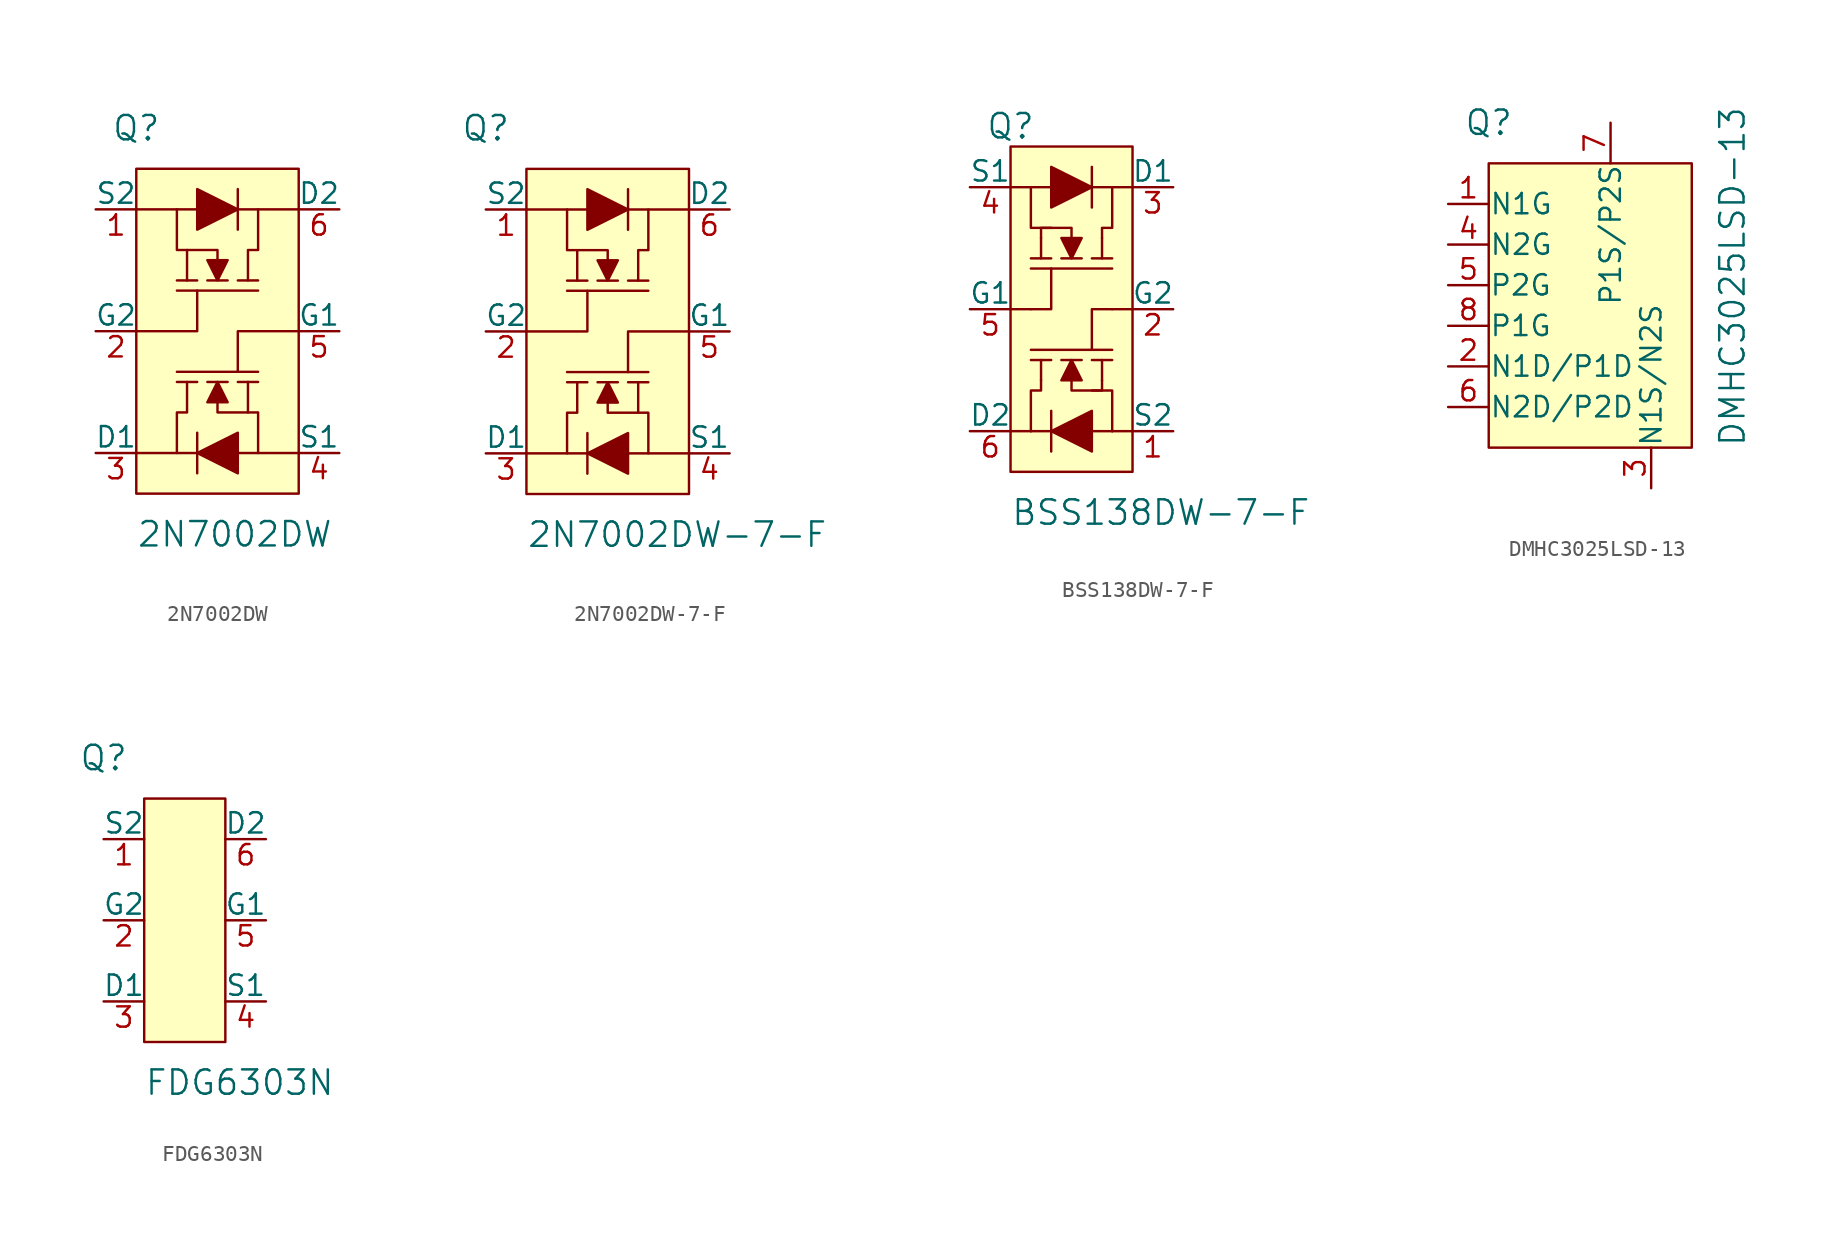
<source format=kicad_sym>
(kicad_symbol_lib
  (version 20231120)
  (generator "kicad_symbol_editor")
  (generator_version "8.0")
  (symbol "2N7002DW"
    (pin_names
      (offset 0))
    (property "Reference" "Q"
      (at -5.08 10.16 0)
      (effects (font (size 1.524 1.524))))
    (property "Value" "2N7002DW"
      (at -5.08 -15.24 0)
      (effects (font (size 1.524 1.524)) (justify left)))
    (symbol "2N7002DW_0_1"
      (rectangle (start -5.08 7.62) (end 5.08 -12.7) (stroke (width 0) (type default)) (fill (type background)))
      (polyline (pts (xy -2.54 -10.16) (xy -5.08 -10.16)) (stroke (width 0) (type default)) (fill (type none)))
      (polyline (pts (xy -2.54 -5.08) (xy 2.54 -5.08)) (stroke (width 0) (type default)) (fill (type none)))
      (polyline (pts (xy -2.54 5.08) (xy -5.08 5.08)) (stroke (width 0) (type default)) (fill (type none)))
      (polyline (pts (xy -1.27 -11.43) (xy -1.27 -8.89)) (stroke (width 0) (type default)) (fill (type none)))
      (polyline (pts (xy -1.27 -5.715) (xy -2.54 -5.715)) (stroke (width 0) (type default)) (fill (type none)))
      (polyline (pts (xy -1.27 0.635) (xy -2.54 0.635)) (stroke (width 0) (type default)) (fill (type none)))
      (polyline (pts (xy -0.635 0.635) (xy 0.635 0.635)) (stroke (width 0) (type default)) (fill (type none)))
      (polyline (pts (xy 0.635 -5.715) (xy -0.635 -5.715)) (stroke (width 0) (type default)) (fill (type none)))
      (polyline (pts (xy 1.27 -5.715) (xy 2.54 -5.715)) (stroke (width 0) (type default)) (fill (type none)))
      (polyline (pts (xy 1.27 0.635) (xy 2.54 0.635)) (stroke (width 0) (type default)) (fill (type none)))
      (polyline (pts (xy 1.27 6.35) (xy 1.27 3.81)) (stroke (width 0) (type default)) (fill (type none)))
      (polyline (pts (xy 2.54 -10.16) (xy 5.08 -10.16)) (stroke (width 0) (type default)) (fill (type none)))
      (polyline (pts (xy 2.54 0) (xy -2.54 0)) (stroke (width 0) (type default)) (fill (type none)))
      (polyline (pts (xy 2.54 5.08) (xy 5.08 5.08)) (stroke (width 0) (type default)) (fill (type none)))
      (polyline (pts (xy -1.27 0) (xy -1.27 -2.54) (xy -5.08 -2.54)) (stroke (width 0) (type default)) (fill (type none)))
      (polyline (pts (xy 1.27 -5.08) (xy 1.27 -2.54) (xy 5.08 -2.54)) (stroke (width 0) (type default)) (fill (type none)))
      (polyline (pts (xy -1.905 2.54) (xy -2.54 2.54) (xy -2.54 5.08) (xy -1.27 5.08)) (stroke (width 0) (type default)) (fill (type none)))
      (polyline (pts (xy -1.27 6.35) (xy -1.27 3.81) (xy 1.27 5.08) (xy -1.27 6.35)) (stroke (width 0) (type default)) (fill (type outline)))
      (polyline (pts (xy -0.635 1.905) (xy 0 0.635) (xy 0.635 1.905) (xy -0.635 1.905)) (stroke (width 0) (type default)) (fill (type outline)))
      (polyline (pts (xy 0 -6.985) (xy 0 -7.62) (xy 1.905 -7.62) (xy 1.905 -5.715)) (stroke (width 0) (type default)) (fill (type none)))
      (polyline (pts (xy 0 1.905) (xy 0 2.54) (xy -1.905 2.54) (xy -1.905 0.635)) (stroke (width 0) (type default)) (fill (type none)))
      (polyline (pts (xy 0.635 -6.985) (xy 0 -5.715) (xy -0.635 -6.985) (xy 0.635 -6.985)) (stroke (width 0) (type default)) (fill (type outline)))
      (polyline (pts (xy 1.27 -11.43) (xy 1.27 -8.89) (xy -1.27 -10.16) (xy 1.27 -11.43)) (stroke (width 0) (type default)) (fill (type outline)))
      (polyline (pts (xy 1.905 -7.62) (xy 2.54 -7.62) (xy 2.54 -10.16) (xy 1.27 -10.16)) (stroke (width 0) (type default)) (fill (type none)))
      (polyline (pts (xy -1.905 -5.715) (xy -1.905 -7.62) (xy -2.54 -7.62) (xy -2.54 -10.16) (xy -1.27 -10.16)) (stroke (width 0) (type default)) (fill (type none)))
      (polyline (pts (xy 1.905 0.635) (xy 1.905 2.54) (xy 2.54 2.54) (xy 2.54 5.08) (xy 1.27 5.08)) (stroke (width 0) (type default)) (fill (type none))))
    (symbol "2N7002DW_1_1"
      (pin input line (at -7.62 5.08 0) (length 2.54) (name "S2" (effects (font (size 1.27 1.27)))) (number "1" (effects (font (size 1.27 1.27)))))
      (pin input line (at -7.62 -2.54 0) (length 2.54) (name "G2" (effects (font (size 1.27 1.27)))) (number "2" (effects (font (size 1.27 1.27)))))
      (pin output line (at -7.62 -10.16 0) (length 2.54) (name "D1" (effects (font (size 1.27 1.27)))) (number "3" (effects (font (size 1.27 1.27)))))
      (pin input line (at 7.62 -10.16 180) (length 2.54) (name "S1" (effects (font (size 1.27 1.27)))) (number "4" (effects (font (size 1.27 1.27)))))
      (pin input line (at 7.62 -2.54 180) (length 2.54) (name "G1" (effects (font (size 1.27 1.27)))) (number "5" (effects (font (size 1.27 1.27)))))
      (pin output line (at 7.62 5.08 180) (length 2.54) (name "D2" (effects (font (size 1.27 1.27)))) (number "6" (effects (font (size 1.27 1.27)))))))
  (symbol "2N7002DW-7-F"
    (pin_names
      (offset 0))
    (property "Reference" "Q"
      (at -7.62 10.16 0)
      (effects (font (size 1.524 1.524))))
    (property "Value" "2N7002DW-7-F"
      (at -5.08 -15.24 0)
      (effects (font (size 1.524 1.524)) (justify left)))
    (symbol "2N7002DW-7-F_0_1"
      (rectangle (start -5.08 7.62) (end 5.08 -12.7) (stroke (width 0) (type default)) (fill (type background)))
      (polyline (pts (xy -5.08 -10.16) (xy -1.27 -10.16)) (stroke (width 0) (type default)) (fill (type none)))
      (polyline (pts (xy -2.54 0) (xy 2.54 0)) (stroke (width 0) (type default)) (fill (type none)))
      (polyline (pts (xy -1.27 -11.43) (xy -1.27 -8.89)) (stroke (width 0) (type default)) (fill (type none)))
      (polyline (pts (xy -1.27 -5.715) (xy -2.54 -5.715)) (stroke (width 0) (type default)) (fill (type none)))
      (polyline (pts (xy -1.27 0.635) (xy -2.54 0.635)) (stroke (width 0) (type default)) (fill (type none)))
      (polyline (pts (xy -1.27 5.08) (xy -5.08 5.08)) (stroke (width 0) (type default)) (fill (type none)))
      (polyline (pts (xy -0.635 0.635) (xy 0.635 0.635)) (stroke (width 0) (type default)) (fill (type none)))
      (polyline (pts (xy 0.635 -5.715) (xy -0.635 -5.715)) (stroke (width 0) (type default)) (fill (type none)))
      (polyline (pts (xy 1.27 -10.16) (xy 5.08 -10.16)) (stroke (width 0) (type default)) (fill (type none)))
      (polyline (pts (xy 1.27 -5.715) (xy 2.54 -5.715)) (stroke (width 0) (type default)) (fill (type none)))
      (polyline (pts (xy 1.27 0.635) (xy 2.54 0.635)) (stroke (width 0) (type default)) (fill (type none)))
      (polyline (pts (xy 1.27 6.35) (xy 1.27 3.81)) (stroke (width 0) (type default)) (fill (type none)))
      (polyline (pts (xy 2.54 -5.08) (xy -2.54 -5.08)) (stroke (width 0) (type default)) (fill (type none)))
      (polyline (pts (xy 5.08 5.08) (xy 1.27 5.08)) (stroke (width 0) (type default)) (fill (type none)))
      (polyline (pts (xy -5.08 -2.54) (xy -1.27 -2.54) (xy -1.27 0)) (stroke (width 0) (type default)) (fill (type none)))
      (polyline (pts (xy -1.905 2.54) (xy -2.54 2.54) (xy -2.54 5.08)) (stroke (width 0) (type default)) (fill (type none)))
      (polyline (pts (xy 1.905 -7.62) (xy 2.54 -7.62) (xy 2.54 -10.16)) (stroke (width 0) (type default)) (fill (type none)))
      (polyline (pts (xy 5.08 -2.54) (xy 1.27 -2.54) (xy 1.27 -5.08)) (stroke (width 0) (type default)) (fill (type none)))
      (polyline (pts (xy -1.905 -5.715) (xy -1.905 -7.62) (xy -2.54 -7.62) (xy -2.54 -10.16)) (stroke (width 0) (type default)) (fill (type none)))
      (polyline (pts (xy -1.27 6.35) (xy -1.27 3.81) (xy 1.27 5.08) (xy -1.27 6.35)) (stroke (width 0) (type default)) (fill (type outline)))
      (polyline (pts (xy -0.635 1.905) (xy 0 0.635) (xy 0.635 1.905) (xy -0.635 1.905)) (stroke (width 0) (type default)) (fill (type outline)))
      (polyline (pts (xy 0 -6.985) (xy 0 -7.62) (xy 1.905 -7.62) (xy 1.905 -5.715)) (stroke (width 0) (type default)) (fill (type none)))
      (polyline (pts (xy 0 1.905) (xy 0 2.54) (xy -1.905 2.54) (xy -1.905 0.635)) (stroke (width 0) (type default)) (fill (type none)))
      (polyline (pts (xy 0.635 -6.985) (xy 0 -5.715) (xy -0.635 -6.985) (xy 0.635 -6.985)) (stroke (width 0) (type default)) (fill (type outline)))
      (polyline (pts (xy 1.27 -11.43) (xy 1.27 -8.89) (xy -1.27 -10.16) (xy 1.27 -11.43)) (stroke (width 0) (type default)) (fill (type outline)))
      (polyline (pts (xy 1.905 0.635) (xy 1.905 2.54) (xy 2.54 2.54) (xy 2.54 5.08)) (stroke (width 0) (type default)) (fill (type none))))
    (symbol "2N7002DW-7-F_1_1"
      (pin input line (at -7.62 5.08 0) (length 2.54) (name "S2" (effects (font (size 1.27 1.27)))) (number "1" (effects (font (size 1.27 1.27)))))
      (pin input line (at -7.62 -2.54 0) (length 2.54) (name "G2" (effects (font (size 1.27 1.27)))) (number "2" (effects (font (size 1.27 1.27)))))
      (pin output line (at -7.62 -10.16 0) (length 2.54) (name "D1" (effects (font (size 1.27 1.27)))) (number "3" (effects (font (size 1.27 1.27)))))
      (pin input line (at 7.62 -10.16 180) (length 2.54) (name "S1" (effects (font (size 1.27 1.27)))) (number "4" (effects (font (size 1.27 1.27)))))
      (pin input line (at 7.62 -2.54 180) (length 2.54) (name "G1" (effects (font (size 1.27 1.27)))) (number "5" (effects (font (size 1.27 1.27)))))
      (pin output line (at 7.62 5.08 180) (length 2.54) (name "D2" (effects (font (size 1.27 1.27)))) (number "6" (effects (font (size 1.27 1.27)))))))
  (symbol "BSS138DW-7-F"
    (pin_names
      (offset 0))
    (property "Reference" "Q"
      (at -5.08 8.89 0)
      (effects (font (size 1.524 1.524))))
    (property "Value" "BSS138DW-7-F"
      (at -5.08 -15.24 0)
      (effects (font (size 1.524 1.524)) (justify left)))
    (symbol "BSS138DW-7-F_0_1"
      (rectangle (start -5.08 7.62) (end 2.54 -12.7) (stroke (width 0) (type default)) (fill (type background)))
      (polyline (pts (xy -5.08 -2.54) (xy -3.81 -2.54)) (stroke (width 0) (type default)) (fill (type none)))
      (polyline (pts (xy -3.81 -10.16) (xy -5.08 -10.16)) (stroke (width 0) (type default)) (fill (type none)))
      (polyline (pts (xy -3.81 -5.08) (xy 1.27 -5.08)) (stroke (width 0) (type default)) (fill (type none)))
      (polyline (pts (xy -3.81 5.08) (xy -5.08 5.08)) (stroke (width 0) (type default)) (fill (type none)))
      (polyline (pts (xy -3.175 -5.715) (xy -3.175 -6.985)) (stroke (width 0) (type default)) (fill (type none)))
      (polyline (pts (xy -3.175 1.905) (xy -3.175 0.635)) (stroke (width 0) (type default)) (fill (type none)))
      (polyline (pts (xy -2.54 -11.43) (xy -2.54 -8.89)) (stroke (width 0) (type default)) (fill (type none)))
      (polyline (pts (xy -2.54 -10.16) (xy -3.81 -10.16)) (stroke (width 0) (type default)) (fill (type none)))
      (polyline (pts (xy -2.54 -5.715) (xy -3.81 -5.715)) (stroke (width 0) (type default)) (fill (type none)))
      (polyline (pts (xy -2.54 0.635) (xy -3.81 0.635)) (stroke (width 0) (type default)) (fill (type none)))
      (polyline (pts (xy -2.54 5.08) (xy -3.81 5.08)) (stroke (width 0) (type default)) (fill (type none)))
      (polyline (pts (xy -1.905 0.635) (xy -0.635 0.635)) (stroke (width 0) (type default)) (fill (type none)))
      (polyline (pts (xy -0.635 -5.715) (xy -1.905 -5.715)) (stroke (width 0) (type default)) (fill (type none)))
      (polyline (pts (xy 0 -10.16) (xy 1.27 -10.16)) (stroke (width 0) (type default)) (fill (type none)))
      (polyline (pts (xy 0 -5.715) (xy 1.27 -5.715)) (stroke (width 0) (type default)) (fill (type none)))
      (polyline (pts (xy 0 0.635) (xy 1.27 0.635)) (stroke (width 0) (type default)) (fill (type none)))
      (polyline (pts (xy 0 5.08) (xy 1.27 5.08)) (stroke (width 0) (type default)) (fill (type none)))
      (polyline (pts (xy 0 6.35) (xy 0 3.81)) (stroke (width 0) (type default)) (fill (type none)))
      (polyline (pts (xy 0.635 -6.985) (xy 0.635 -5.715)) (stroke (width 0) (type default)) (fill (type none)))
      (polyline (pts (xy 0.635 0.635) (xy 0.635 1.905)) (stroke (width 0) (type default)) (fill (type none)))
      (polyline (pts (xy 1.27 -2.54) (xy 2.54 -2.54)) (stroke (width 0) (type default)) (fill (type none)))
      (polyline (pts (xy 1.27 0) (xy -3.81 0)) (stroke (width 0) (type default)) (fill (type none)))
      (polyline (pts (xy 2.54 -10.16) (xy 1.27 -10.16)) (stroke (width 0) (type default)) (fill (type none)))
      (polyline (pts (xy 2.54 5.08) (xy 1.27 5.08)) (stroke (width 0) (type default)) (fill (type none)))
      (polyline (pts (xy -3.81 5.08) (xy -3.81 2.54) (xy -2.54 2.54)) (stroke (width 0) (type default)) (fill (type none)))
      (polyline (pts (xy -2.54 0) (xy -2.54 -2.54) (xy -3.81 -2.54)) (stroke (width 0) (type default)) (fill (type none)))
      (polyline (pts (xy 1.27 -10.16) (xy 1.27 -7.62) (xy 0 -7.62)) (stroke (width 0) (type default)) (fill (type none)))
      (polyline (pts (xy 1.27 -2.54) (xy 0 -2.54) (xy 0 -5.08)) (stroke (width 0) (type default)) (fill (type none)))
      (polyline (pts (xy -3.175 -6.985) (xy -3.175 -7.62) (xy -3.81 -7.62) (xy -3.81 -10.16)) (stroke (width 0) (type default)) (fill (type none)))
      (polyline (pts (xy -2.54 6.35) (xy -2.54 3.81) (xy 0 5.08) (xy -2.54 6.35)) (stroke (width 0) (type default)) (fill (type outline)))
      (polyline (pts (xy -1.905 1.905) (xy -1.27 0.635) (xy -0.635 1.905) (xy -1.905 1.905)) (stroke (width 0) (type default)) (fill (type outline)))
      (polyline (pts (xy -1.27 -6.985) (xy -1.27 -7.62) (xy 0.635 -7.62) (xy 0.635 -6.985)) (stroke (width 0) (type default)) (fill (type none)))
      (polyline (pts (xy -1.27 1.905) (xy -1.27 2.54) (xy -3.175 2.54) (xy -3.175 1.905)) (stroke (width 0) (type default)) (fill (type none)))
      (polyline (pts (xy -0.635 -6.985) (xy -1.27 -5.715) (xy -1.905 -6.985) (xy -0.635 -6.985)) (stroke (width 0) (type default)) (fill (type outline)))
      (polyline (pts (xy 0 -11.43) (xy 0 -8.89) (xy -2.54 -10.16) (xy 0 -11.43)) (stroke (width 0) (type default)) (fill (type outline)))
      (polyline (pts (xy 0.635 1.905) (xy 0.635 2.54) (xy 1.27 2.54) (xy 1.27 5.08)) (stroke (width 0) (type default)) (fill (type none))))
    (symbol "BSS138DW-7-F_1_1"
      (pin input line (at 5.08 -10.16 180) (length 2.54) (name "S2" (effects (font (size 1.27 1.27)))) (number "1" (effects (font (size 1.27 1.27)))))
      (pin input line (at 5.08 -2.54 180) (length 2.54) (name "G2" (effects (font (size 1.27 1.27)))) (number "2" (effects (font (size 1.27 1.27)))))
      (pin output line (at 5.08 5.08 180) (length 2.54) (name "D1" (effects (font (size 1.27 1.27)))) (number "3" (effects (font (size 1.27 1.27)))))
      (pin input line (at -7.62 5.08 0) (length 2.54) (name "S1" (effects (font (size 1.27 1.27)))) (number "4" (effects (font (size 1.27 1.27)))))
      (pin input line (at -7.62 -2.54 0) (length 2.54) (name "G1" (effects (font (size 1.27 1.27)))) (number "5" (effects (font (size 1.27 1.27)))))
      (pin output line (at -7.62 -10.16 0) (length 2.54) (name "D2" (effects (font (size 1.27 1.27)))) (number "6" (effects (font (size 1.27 1.27)))))))
  (symbol "DMHC3025LSD-13"
    (pin_names
      (offset 0.025))
    (property "Reference" "Q"
      (at -7.62 10.16 0)
      (effects (font (size 1.524 1.524))))
    (property "Value" "DMHC3025LSD-13"
      (at 7.62 -10.16 90)
      (effects (font (size 1.524 1.524)) (justify left)))
    (symbol "DMHC3025LSD-13_0_1"
      (rectangle (start -7.62 7.62) (end 5.08 -10.16) (stroke (width 0) (type default)) (fill (type background))))
    (symbol "DMHC3025LSD-13_1_0"
      (pin power_in line (at 0 10.16 270) (length 2.54) (name "P1S/P2S" (effects (font (size 1.27 1.27)))) (number "7" (effects (font (size 1.27 1.27)))))
      (pin input line (at -10.16 -2.54 0) (length 2.54) (name "P1G~{}" (effects (font (size 1.27 1.27)))) (number "8" (effects (font (size 1.27 1.27))))))
    (symbol "DMHC3025LSD-13_1_1"
      (pin input line (at -10.16 5.08 0) (length 2.54) (name "N1G" (effects (font (size 1.27 1.27)))) (number "1" (effects (font (size 1.27 1.27)))))
      (pin passive line (at -10.16 -5.08 0) (length 2.54) (name "N1D/P1D" (effects (font (size 1.27 1.27)))) (number "2" (effects (font (size 1.27 1.27)))))
      (pin power_in line (at 2.54 -12.7 90) (length 2.54) (name "N1S/N2S" (effects (font (size 1.27 1.27)))) (number "3" (effects (font (size 1.27 1.27)))))
      (pin input line (at -10.16 2.54 0) (length 2.54) (name "N2G" (effects (font (size 1.27 1.27)))) (number "4" (effects (font (size 1.27 1.27)))))
      (pin input line (at -10.16 0 0) (length 2.54) (name "P2G" (effects (font (size 1.27 1.27)))) (number "5" (effects (font (size 1.27 1.27)))))
      (pin passive line (at -10.16 -7.62 0) (length 2.54) (name "N2D/P2D" (effects (font (size 1.27 1.27)))) (number "6" (effects (font (size 1.27 1.27)))))))
  (symbol "FDG6303N"
    (pin_names
      (offset 0))
    (property "Reference" "Q"
      (at -5.08 10.16 0)
      (effects (font (size 1.524 1.524))))
    (property "Value" "FDG6303N"
      (at -2.54 -10.16 0)
      (effects (font (size 1.524 1.524)) (justify left)))
    (symbol "FDG6303N_0_1"
      (rectangle (start -2.54 7.62) (end 2.54 -7.62) (stroke (width 0) (type default)) (fill (type background))))
    (symbol "FDG6303N_1_1"
      (pin input line (at -5.08 5.08 0) (length 2.54) (name "S2" (effects (font (size 1.27 1.27)))) (number "1" (effects (font (size 1.27 1.27)))))
      (pin input line (at -5.08 0 0) (length 2.54) (name "G2" (effects (font (size 1.27 1.27)))) (number "2" (effects (font (size 1.27 1.27)))))
      (pin output line (at -5.08 -5.08 0) (length 2.54) (name "D1" (effects (font (size 1.27 1.27)))) (number "3" (effects (font (size 1.27 1.27)))))
      (pin input line (at 5.08 -5.08 180) (length 2.54) (name "S1" (effects (font (size 1.27 1.27)))) (number "4" (effects (font (size 1.27 1.27)))))
      (pin input line (at 5.08 0 180) (length 2.54) (name "G1" (effects (font (size 1.27 1.27)))) (number "5" (effects (font (size 1.27 1.27)))))
      (pin output line (at 5.08 5.08 180) (length 2.54) (name "D2" (effects (font (size 1.27 1.27)))) (number "6" (effects (font (size 1.27 1.27))))))))
</source>
